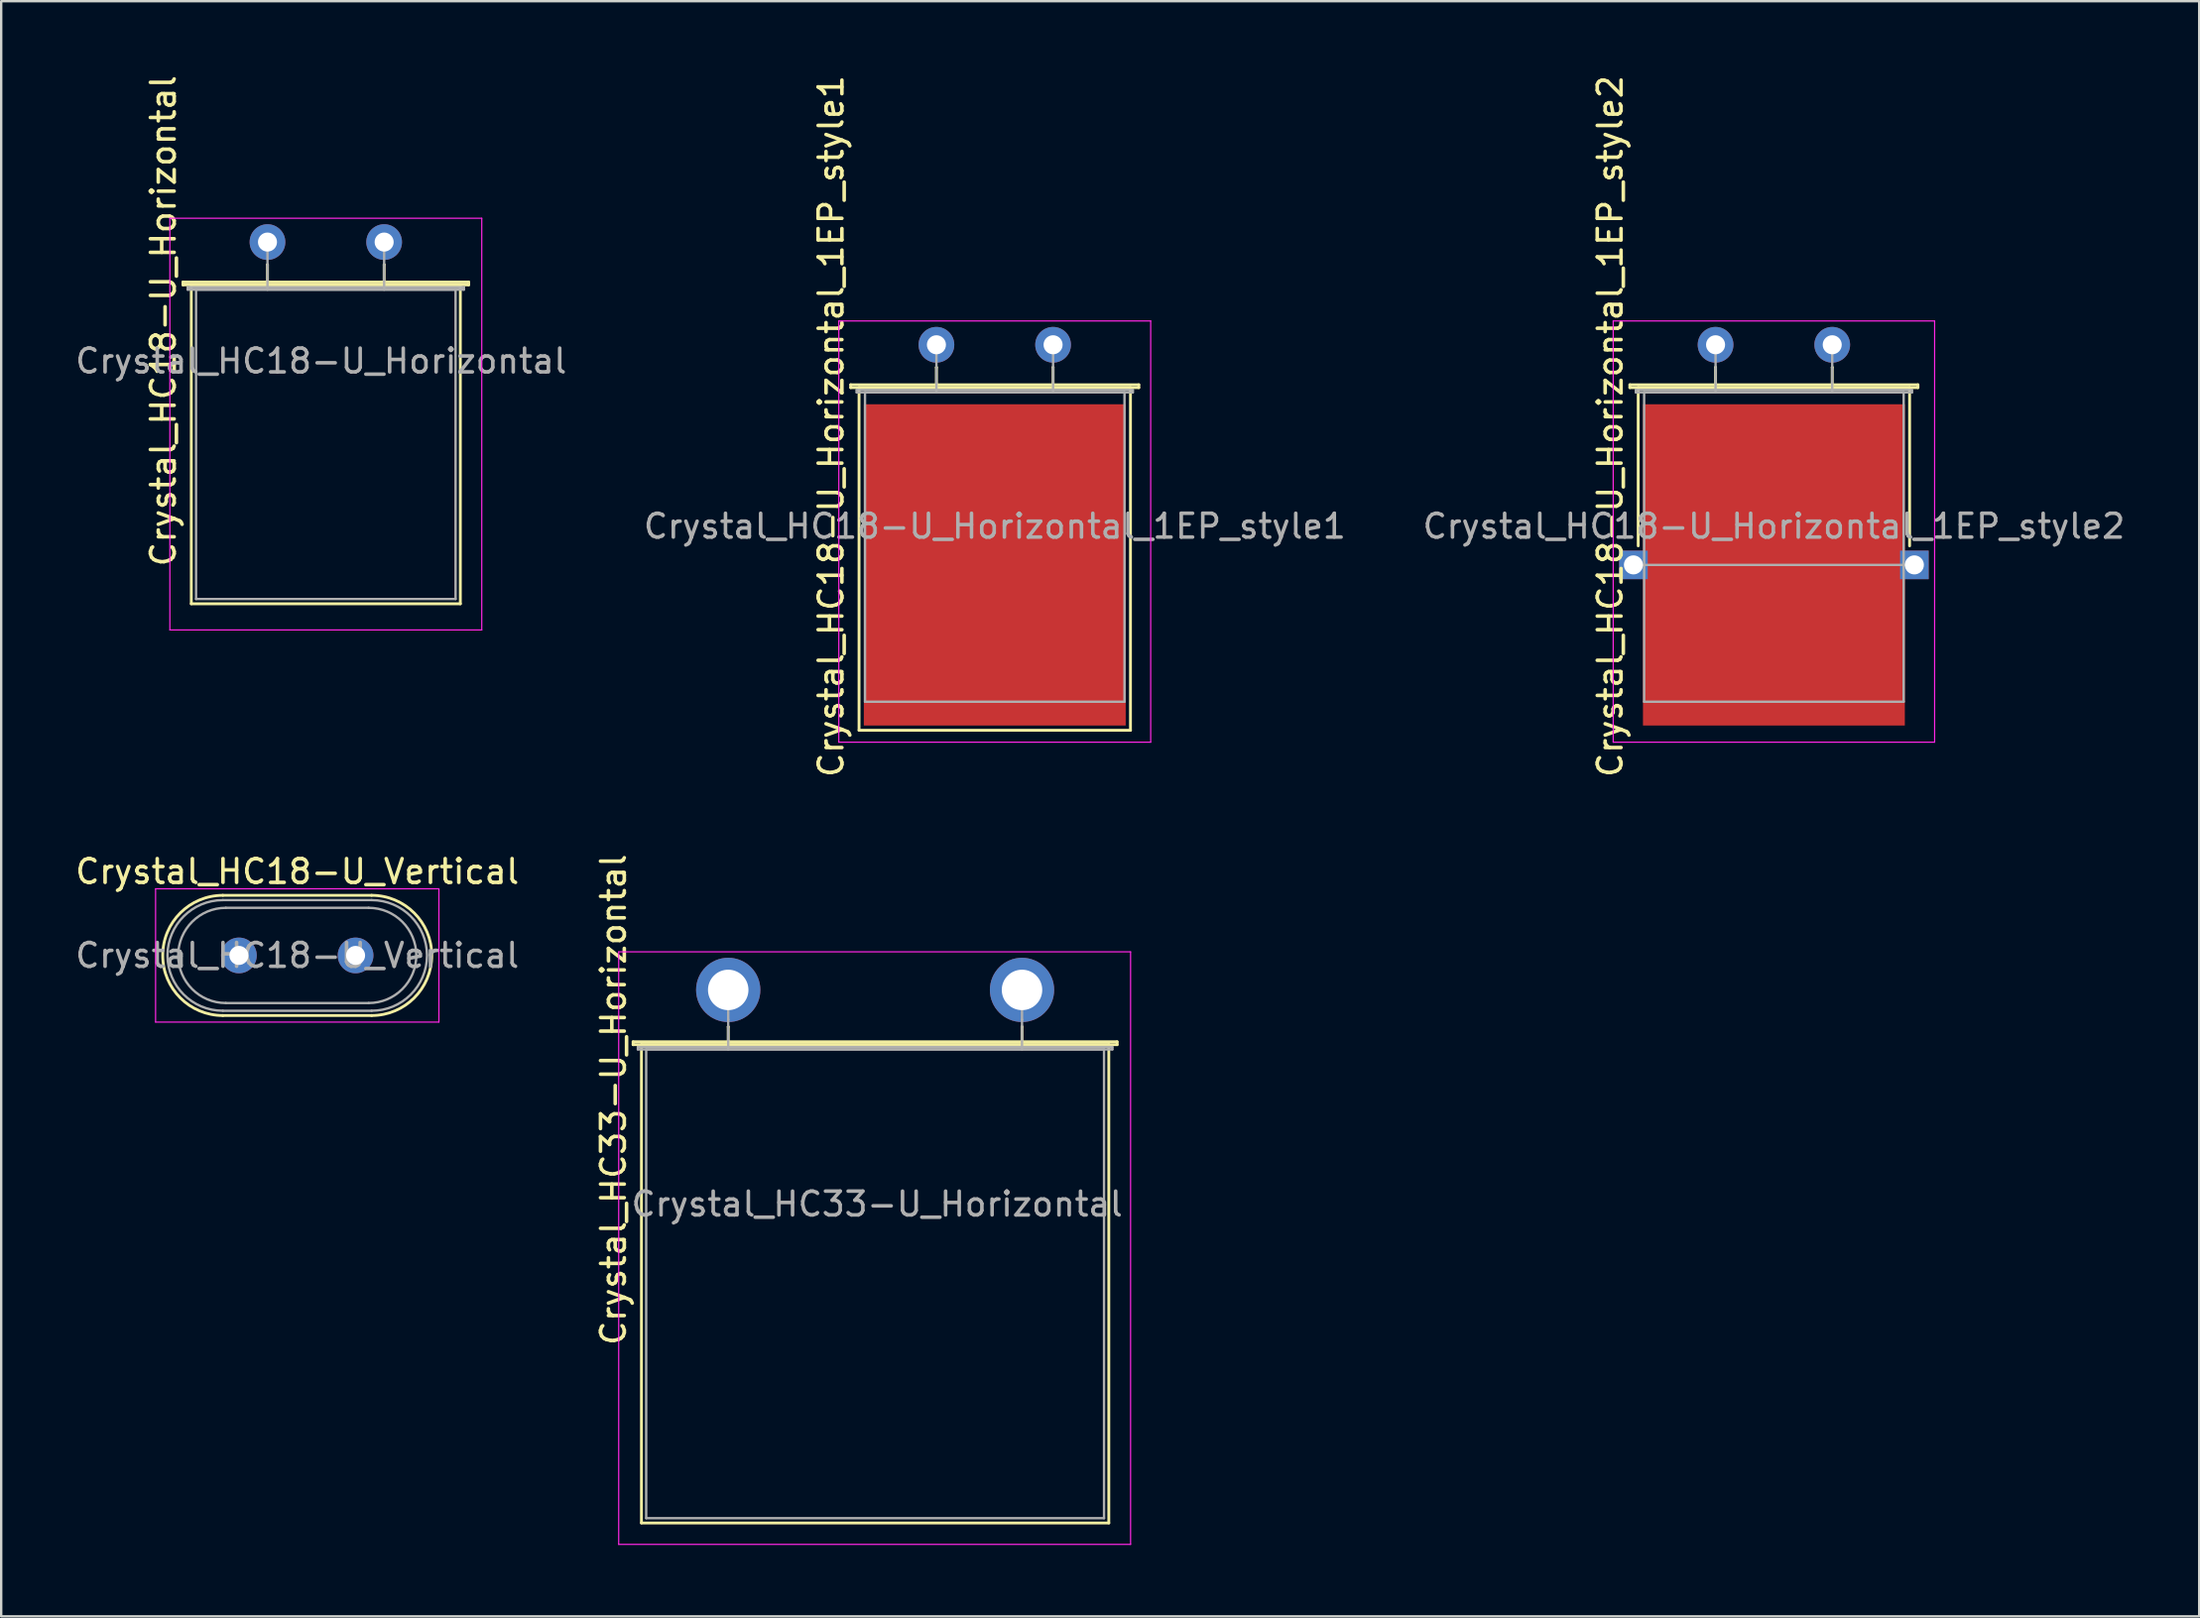
<source format=kicad_pcb>
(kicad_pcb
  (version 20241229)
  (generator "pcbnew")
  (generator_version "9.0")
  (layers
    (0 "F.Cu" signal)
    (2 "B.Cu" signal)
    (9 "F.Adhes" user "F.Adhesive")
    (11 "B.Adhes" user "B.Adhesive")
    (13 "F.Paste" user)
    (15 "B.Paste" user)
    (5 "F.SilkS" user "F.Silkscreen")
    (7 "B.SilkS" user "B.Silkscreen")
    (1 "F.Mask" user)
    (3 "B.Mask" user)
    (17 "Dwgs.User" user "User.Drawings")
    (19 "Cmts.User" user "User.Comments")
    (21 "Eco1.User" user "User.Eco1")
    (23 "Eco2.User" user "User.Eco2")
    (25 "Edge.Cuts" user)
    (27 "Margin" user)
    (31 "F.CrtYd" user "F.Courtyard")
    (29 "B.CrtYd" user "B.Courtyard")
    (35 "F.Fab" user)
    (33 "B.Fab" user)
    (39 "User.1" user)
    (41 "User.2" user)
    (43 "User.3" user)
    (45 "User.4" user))
  (footprint "Crystal_HC18-U_Horizontal_1EP_style1"
    (layer "F.Cu")
    (at 36.282 11.438)
    (property "Reference" "Crystal_HC18-U_Horizontal_1EP_style1" (at -4.425 3.425 90) (layer "F.SilkS") (effects (font (size 1 1) (thickness 0.15))))
    (attr through_hole)
    (fp_line (start -3.6 1.68) (end 8.5 1.68) (stroke (width 0.12) (type solid)) (layer "F.SilkS"))
    (fp_line (start -3.6 1.8) (end -3.6 1.68) (stroke (width 0.12) (type solid)) (layer "F.SilkS"))
    (fp_line (start -3.25 1.8) (end -3.25 16.2) (stroke (width 0.12) (type solid)) (layer "F.SilkS"))
    (fp_line (start -3.25 16.2) (end 8.15 16.2) (stroke (width 0.12) (type solid)) (layer "F.SilkS"))
    (fp_line (start 0 0.95) (end 0 0.95) (stroke (width 0.12) (type solid)) (layer "F.SilkS"))
    (fp_line (start 0 1.8) (end 0 0.95) (stroke (width 0.12) (type solid)) (layer "F.SilkS"))
    (fp_line (start 4.9 0.95) (end 4.9 0.95) (stroke (width 0.12) (type solid)) (layer "F.SilkS"))
    (fp_line (start 4.9 1.8) (end 4.9 0.95) (stroke (width 0.12) (type solid)) (layer "F.SilkS"))
    (fp_line (start 8.15 1.8) (end -3.25 1.8) (stroke (width 0.12) (type solid)) (layer "F.SilkS"))
    (fp_line (start 8.15 16.2) (end 8.15 1.8) (stroke (width 0.12) (type solid)) (layer "F.SilkS"))
    (fp_line (start 8.5 1.68) (end 8.5 1.8) (stroke (width 0.12) (type solid)) (layer "F.SilkS"))
    (fp_line (start 8.5 1.8) (end -3.6 1.8) (stroke (width 0.12) (type solid)) (layer "F.SilkS"))
    (fp_line (start -4.1 -1) (end -4.1 16.7) (stroke (width 0.05) (type solid)) (layer "F.CrtYd"))
    (fp_line (start -4.1 16.7) (end 9 16.7) (stroke (width 0.05) (type solid)) (layer "F.CrtYd"))
    (fp_line (start 9 -1) (end -4.1 -1) (stroke (width 0.05) (type solid)) (layer "F.CrtYd"))
    (fp_line (start 9 16.7) (end 9 -1) (stroke (width 0.05) (type solid)) (layer "F.CrtYd"))
    (fp_line (start -3.35 1.9) (end 8.25 1.9) (stroke (width 0.1) (type solid)) (layer "F.Fab"))
    (fp_line (start -3.35 2) (end -3.35 1.9) (stroke (width 0.1) (type solid)) (layer "F.Fab"))
    (fp_line (start -3 2) (end -3 15) (stroke (width 0.1) (type solid)) (layer "F.Fab"))
    (fp_line (start -3 15) (end 7.9 15) (stroke (width 0.1) (type solid)) (layer "F.Fab"))
    (fp_line (start 0 1) (end 0 0) (stroke (width 0.1) (type solid)) (layer "F.Fab"))
    (fp_line (start 0 2) (end 0 1) (stroke (width 0.1) (type solid)) (layer "F.Fab"))
    (fp_line (start 4.9 1) (end 4.9 0) (stroke (width 0.1) (type solid)) (layer "F.Fab"))
    (fp_line (start 4.9 2) (end 4.9 1) (stroke (width 0.1) (type solid)) (layer "F.Fab"))
    (fp_line (start 7.9 2) (end -3 2) (stroke (width 0.1) (type solid)) (layer "F.Fab"))
    (fp_line (start 7.9 15) (end 7.9 2) (stroke (width 0.1) (type solid)) (layer "F.Fab"))
    (fp_line (start 8.25 1.9) (end 8.25 2) (stroke (width 0.1) (type solid)) (layer "F.Fab"))
    (fp_line (start 8.25 2) (end -3.35 2) (stroke (width 0.1) (type solid)) (layer "F.Fab"))
    (fp_text user "${REFERENCE}" (at 2.45 7.625 0) (layer "F.Fab") (effects (font (size 1 1) (thickness 0.15))))
    (pad "1" thru_hole circle (at 0 0) (size 1.5 1.5) (drill 0.8) (layers "*.Cu" "*.Mask"))
    (pad "2" thru_hole circle (at 4.9 0) (size 1.5 1.5) (drill 0.8) (layers "*.Cu" "*.Mask"))
    (pad "3" smd rect (at 2.45 9.25) (size 11 13.5) (layers "F.Cu" "F.Mask" "F.Paste")))
  (footprint "Crystal_HC18-U_Horizontal"
    (layer "F.Cu")
    (at 8.185 7.122)
    (property "Reference" "Crystal_HC18-U_Horizontal" (at -4.375 3.312 90) (layer "F.SilkS") (effects (font (size 1 1) (thickness 0.15))))
    (attr through_hole)
    (fp_line (start -3.55 1.68) (end 8.45 1.68) (stroke (width 0.12) (type solid)) (layer "F.SilkS"))
    (fp_line (start -3.55 1.8) (end -3.55 1.68) (stroke (width 0.12) (type solid)) (layer "F.SilkS"))
    (fp_line (start -3.2 1.8) (end -3.2 15.2) (stroke (width 0.12) (type solid)) (layer "F.SilkS"))
    (fp_line (start -3.2 15.2) (end 8.1 15.2) (stroke (width 0.12) (type solid)) (layer "F.SilkS"))
    (fp_line (start 0 0.95) (end 0 0.95) (stroke (width 0.12) (type solid)) (layer "F.SilkS"))
    (fp_line (start 0 1.8) (end 0 0.95) (stroke (width 0.12) (type solid)) (layer "F.SilkS"))
    (fp_line (start 4.9 0.95) (end 4.9 0.95) (stroke (width 0.12) (type solid)) (layer "F.SilkS"))
    (fp_line (start 4.9 1.8) (end 4.9 0.95) (stroke (width 0.12) (type solid)) (layer "F.SilkS"))
    (fp_line (start 8.1 1.8) (end -3.2 1.8) (stroke (width 0.12) (type solid)) (layer "F.SilkS"))
    (fp_line (start 8.1 15.2) (end 8.1 1.8) (stroke (width 0.12) (type solid)) (layer "F.SilkS"))
    (fp_line (start 8.45 1.68) (end 8.45 1.8) (stroke (width 0.12) (type solid)) (layer "F.SilkS"))
    (fp_line (start 8.45 1.8) (end -3.55 1.8) (stroke (width 0.12) (type solid)) (layer "F.SilkS"))
    (fp_line (start -4.1 -1) (end -4.1 16.3) (stroke (width 0.05) (type solid)) (layer "F.CrtYd"))
    (fp_line (start -4.1 16.3) (end 9 16.3) (stroke (width 0.05) (type solid)) (layer "F.CrtYd"))
    (fp_line (start 9 -1) (end -4.1 -1) (stroke (width 0.05) (type solid)) (layer "F.CrtYd"))
    (fp_line (start 9 16.3) (end 9 -1) (stroke (width 0.05) (type solid)) (layer "F.CrtYd"))
    (fp_line (start -3.35 1.9) (end 8.25 1.9) (stroke (width 0.1) (type solid)) (layer "F.Fab"))
    (fp_line (start -3.35 2) (end -3.35 1.9) (stroke (width 0.1) (type solid)) (layer "F.Fab"))
    (fp_line (start -3 2) (end -3 15) (stroke (width 0.1) (type solid)) (layer "F.Fab"))
    (fp_line (start -3 15) (end 7.9 15) (stroke (width 0.1) (type solid)) (layer "F.Fab"))
    (fp_line (start 0 1) (end 0 0) (stroke (width 0.1) (type solid)) (layer "F.Fab"))
    (fp_line (start 0 2) (end 0 1) (stroke (width 0.1) (type solid)) (layer "F.Fab"))
    (fp_line (start 4.9 1) (end 4.9 0) (stroke (width 0.1) (type solid)) (layer "F.Fab"))
    (fp_line (start 4.9 2) (end 4.9 1) (stroke (width 0.1) (type solid)) (layer "F.Fab"))
    (fp_line (start 7.9 2) (end -3 2) (stroke (width 0.1) (type solid)) (layer "F.Fab"))
    (fp_line (start 7.9 15) (end 7.9 2) (stroke (width 0.1) (type solid)) (layer "F.Fab"))
    (fp_line (start 8.25 1.9) (end 8.25 2) (stroke (width 0.1) (type solid)) (layer "F.Fab"))
    (fp_line (start 8.25 2) (end -3.35 2) (stroke (width 0.1) (type solid)) (layer "F.Fab"))
    (fp_text user "${REFERENCE}" (at 2.25 5 0) (layer "F.Fab") (effects (font (size 1 1) (thickness 0.15))))
    (pad "1" thru_hole circle (at 0 0) (size 1.5 1.5) (drill 0.8) (layers "*.Cu" "*.Mask"))
    (pad "2" thru_hole circle (at 4.9 0) (size 1.5 1.5) (drill 0.8) (layers "*.Cu" "*.Mask")))
  (footprint "Crystal_HC18-U_Vertical"
    (layer "F.Cu")
    (at 6.985 37.099)
    (property "Reference" "Crystal_HC18-U_Vertical" (at 2.45 -3.525 0) (layer "F.SilkS") (effects (font (size 1 1) (thickness 0.15))))
    (attr through_hole)
    (fp_line (start -0.675 -2.525) (end 5.575 -2.525) (stroke (width 0.12) (type solid)) (layer "F.SilkS"))
    (fp_line (start -0.675 2.525) (end 5.575 2.525) (stroke (width 0.12) (type solid)) (layer "F.SilkS"))
    (fp_arc (start -0.675 2.525) (mid -3.2 0) (end -0.675 -2.525) (stroke (width 0.12) (type solid)) (layer "F.SilkS"))
    (fp_arc (start 5.575 -2.525) (mid 8.1 0) (end 5.575 2.525) (stroke (width 0.12) (type solid)) (layer "F.SilkS"))
    (fp_line (start -3.5 -2.8) (end -3.5 2.8) (stroke (width 0.05) (type solid)) (layer "F.CrtYd"))
    (fp_line (start -3.5 2.8) (end 8.4 2.8) (stroke (width 0.05) (type solid)) (layer "F.CrtYd"))
    (fp_line (start 8.4 -2.8) (end -3.5 -2.8) (stroke (width 0.05) (type solid)) (layer "F.CrtYd"))
    (fp_line (start 8.4 2.8) (end 8.4 -2.8) (stroke (width 0.05) (type solid)) (layer "F.CrtYd"))
    (fp_line (start -0.675 -2.325) (end 5.575 -2.325) (stroke (width 0.1) (type solid)) (layer "F.Fab"))
    (fp_line (start -0.675 2.325) (end 5.575 2.325) (stroke (width 0.1) (type solid)) (layer "F.Fab"))
    (fp_line (start -0.55 -2) (end 5.45 -2) (stroke (width 0.1) (type solid)) (layer "F.Fab"))
    (fp_line (start -0.55 2) (end 5.45 2) (stroke (width 0.1) (type solid)) (layer "F.Fab"))
    (fp_arc (start -0.675 2.325) (mid -3 0) (end -0.675 -2.325) (stroke (width 0.1) (type solid)) (layer "F.Fab"))
    (fp_arc (start -0.55 2) (mid -2.55 0) (end -0.55 -2) (stroke (width 0.1) (type solid)) (layer "F.Fab"))
    (fp_arc (start 5.45 -2) (mid 7.45 0) (end 5.45 2) (stroke (width 0.1) (type solid)) (layer "F.Fab"))
    (fp_arc (start 5.575 -2.325) (mid 7.9 0) (end 5.575 2.325) (stroke (width 0.1) (type solid)) (layer "F.Fab"))
    (fp_text user "${REFERENCE}" (at 2.45 0 0) (layer "F.Fab") (effects (font (size 1 1) (thickness 0.15))))
    (pad "1" thru_hole circle (at 0 0) (size 1.5 1.5) (drill 0.8) (layers "*.Cu" "*.Mask"))
    (pad "2" thru_hole circle (at 4.9 0) (size 1.5 1.5) (drill 0.8) (layers "*.Cu" "*.Mask")))
  (footprint "Crystal_HC18-U_Horizontal_1EP_style2"
    (layer "F.Cu")
    (at 69.008 11.438)
    (property "Reference" "Crystal_HC18-U_Horizontal_1EP_style2" (at -4.425 3.425 90) (layer "F.SilkS") (effects (font (size 1 1) (thickness 0.15))))
    (attr through_hole)
    (fp_line (start -3.6 1.68) (end 8.5 1.68) (stroke (width 0.12) (type solid)) (layer "F.SilkS"))
    (fp_line (start -3.6 1.8) (end -3.6 1.68) (stroke (width 0.12) (type solid)) (layer "F.SilkS"))
    (fp_line (start -3.25 1.8) (end 8.15 1.8) (stroke (width 0.12) (type solid)) (layer "F.SilkS"))
    (fp_line (start -3.25 8.45) (end -3.25 1.8) (stroke (width 0.12) (type solid)) (layer "F.SilkS"))
    (fp_line (start 0 0.95) (end 0 0.95) (stroke (width 0.12) (type solid)) (layer "F.SilkS"))
    (fp_line (start 0 1.8) (end 0 0.95) (stroke (width 0.12) (type solid)) (layer "F.SilkS"))
    (fp_line (start 4.9 0.95) (end 4.9 0.95) (stroke (width 0.12) (type solid)) (layer "F.SilkS"))
    (fp_line (start 4.9 1.8) (end 4.9 0.95) (stroke (width 0.12) (type solid)) (layer "F.SilkS"))
    (fp_line (start 8.15 1.8) (end 8.15 8.45) (stroke (width 0.12) (type solid)) (layer "F.SilkS"))
    (fp_line (start 8.5 1.68) (end 8.5 1.8) (stroke (width 0.12) (type solid)) (layer "F.SilkS"))
    (fp_line (start 8.5 1.8) (end -3.6 1.8) (stroke (width 0.12) (type solid)) (layer "F.SilkS"))
    (fp_line (start -4.3 -1) (end -4.3 16.7) (stroke (width 0.05) (type solid)) (layer "F.CrtYd"))
    (fp_line (start -4.3 16.7) (end 9.2 16.7) (stroke (width 0.05) (type solid)) (layer "F.CrtYd"))
    (fp_line (start 9.2 -1) (end -4.3 -1) (stroke (width 0.05) (type solid)) (layer "F.CrtYd"))
    (fp_line (start 9.2 16.7) (end 9.2 -1) (stroke (width 0.05) (type solid)) (layer "F.CrtYd"))
    (fp_line (start -3.45 9.25) (end 8.35 9.25) (stroke (width 0.1) (type solid)) (layer "F.Fab"))
    (fp_line (start -3.35 1.9) (end 8.25 1.9) (stroke (width 0.1) (type solid)) (layer "F.Fab"))
    (fp_line (start -3.35 2) (end -3.35 1.9) (stroke (width 0.1) (type solid)) (layer "F.Fab"))
    (fp_line (start -3 2) (end -3 15) (stroke (width 0.1) (type solid)) (layer "F.Fab"))
    (fp_line (start -3 15) (end 7.9 15) (stroke (width 0.1) (type solid)) (layer "F.Fab"))
    (fp_line (start 0 1) (end 0 0) (stroke (width 0.1) (type solid)) (layer "F.Fab"))
    (fp_line (start 0 2) (end 0 1) (stroke (width 0.1) (type solid)) (layer "F.Fab"))
    (fp_line (start 4.9 1) (end 4.9 0) (stroke (width 0.1) (type solid)) (layer "F.Fab"))
    (fp_line (start 4.9 2) (end 4.9 1) (stroke (width 0.1) (type solid)) (layer "F.Fab"))
    (fp_line (start 7.9 2) (end -3 2) (stroke (width 0.1) (type solid)) (layer "F.Fab"))
    (fp_line (start 7.9 15) (end 7.9 2) (stroke (width 0.1) (type solid)) (layer "F.Fab"))
    (fp_line (start 8.25 1.9) (end 8.25 2) (stroke (width 0.1) (type solid)) (layer "F.Fab"))
    (fp_line (start 8.25 2) (end -3.35 2) (stroke (width 0.1) (type solid)) (layer "F.Fab"))
    (fp_text user "${REFERENCE}" (at 2.45 7.625 0) (layer "F.Fab") (effects (font (size 1 1) (thickness 0.15))))
    (pad "1" thru_hole circle (at 0 0) (size 1.5 1.5) (drill 0.8) (layers "*.Cu" "*.Mask"))
    (pad "2" thru_hole circle (at 4.9 0) (size 1.5 1.5) (drill 0.8) (layers "*.Cu" "*.Mask"))
    (pad "3" thru_hole rect (at -3.45 9.25) (size 1.2 1.2) (drill 0.8) (layers "*.Cu" "*.Mask"))
    (pad "3" smd rect (at 2.45 9.25) (size 11 13.5) (layers "F.Cu" "F.Mask" "F.Paste"))
    (pad "3" thru_hole rect (at 8.35 9.25) (size 1.2 1.2) (drill 0.8) (layers "*.Cu" "*.Mask")))
  (footprint "Crystal_HC33-U_Horizontal"
    (layer "F.Cu")
    (at 27.537 38.548)
    (property "Reference" "Crystal_HC33-U_Horizontal" (at -4.82 4.612 90) (layer "F.SilkS") (effects (font (size 1 1) (thickness 0.15))))
    (attr through_hole)
    (fp_line (start -3.995 2.18) (end 16.335 2.18) (stroke (width 0.12) (type solid)) (layer "F.SilkS"))
    (fp_line (start -3.995 2.3) (end -3.995 2.18) (stroke (width 0.12) (type solid)) (layer "F.SilkS"))
    (fp_line (start -3.645 2.3) (end -3.645 22.4) (stroke (width 0.12) (type solid)) (layer "F.SilkS"))
    (fp_line (start -3.645 22.4) (end 15.985 22.4) (stroke (width 0.12) (type solid)) (layer "F.SilkS"))
    (fp_line (start 0 1.55) (end 0 1.55) (stroke (width 0.12) (type solid)) (layer "F.SilkS"))
    (fp_line (start 0 2.3) (end 0 1.55) (stroke (width 0.12) (type solid)) (layer "F.SilkS"))
    (fp_line (start 12.34 1.55) (end 12.34 1.55) (stroke (width 0.12) (type solid)) (layer "F.SilkS"))
    (fp_line (start 12.34 2.3) (end 12.34 1.55) (stroke (width 0.12) (type solid)) (layer "F.SilkS"))
    (fp_line (start 15.985 2.3) (end -3.645 2.3) (stroke (width 0.12) (type solid)) (layer "F.SilkS"))
    (fp_line (start 15.985 22.4) (end 15.985 2.3) (stroke (width 0.12) (type solid)) (layer "F.SilkS"))
    (fp_line (start 16.335 2.18) (end 16.335 2.3) (stroke (width 0.12) (type solid)) (layer "F.SilkS"))
    (fp_line (start 16.335 2.3) (end -3.995 2.3) (stroke (width 0.12) (type solid)) (layer "F.SilkS"))
    (fp_line (start -4.6 -1.6) (end -4.6 23.3) (stroke (width 0.05) (type solid)) (layer "F.CrtYd"))
    (fp_line (start -4.6 23.3) (end 16.9 23.3) (stroke (width 0.05) (type solid)) (layer "F.CrtYd"))
    (fp_line (start 16.9 -1.6) (end -4.6 -1.6) (stroke (width 0.05) (type solid)) (layer "F.CrtYd"))
    (fp_line (start 16.9 23.3) (end 16.9 -1.6) (stroke (width 0.05) (type solid)) (layer "F.CrtYd"))
    (fp_line (start -3.795 2.4) (end 16.135 2.4) (stroke (width 0.1) (type solid)) (layer "F.Fab"))
    (fp_line (start -3.795 2.5) (end -3.795 2.4) (stroke (width 0.1) (type solid)) (layer "F.Fab"))
    (fp_line (start -3.445 2.5) (end -3.445 22.2) (stroke (width 0.1) (type solid)) (layer "F.Fab"))
    (fp_line (start -3.445 22.2) (end 15.785 22.2) (stroke (width 0.1) (type solid)) (layer "F.Fab"))
    (fp_line (start 0 1.25) (end 0 0) (stroke (width 0.1) (type solid)) (layer "F.Fab"))
    (fp_line (start 0 2.5) (end 0 1.25) (stroke (width 0.1) (type solid)) (layer "F.Fab"))
    (fp_line (start 12.34 1.25) (end 12.34 0) (stroke (width 0.1) (type solid)) (layer "F.Fab"))
    (fp_line (start 12.34 2.5) (end 12.34 1.25) (stroke (width 0.1) (type solid)) (layer "F.Fab"))
    (fp_line (start 15.785 2.5) (end -3.445 2.5) (stroke (width 0.1) (type solid)) (layer "F.Fab"))
    (fp_line (start 15.785 22.2) (end 15.785 2.5) (stroke (width 0.1) (type solid)) (layer "F.Fab"))
    (fp_line (start 16.135 2.4) (end 16.135 2.5) (stroke (width 0.1) (type solid)) (layer "F.Fab"))
    (fp_line (start 16.135 2.5) (end -3.795 2.5) (stroke (width 0.1) (type solid)) (layer "F.Fab"))
    (fp_text user "${REFERENCE}" (at 6.25 9 0) (layer "F.Fab") (effects (font (size 1 1) (thickness 0.15))))
    (pad "1" thru_hole circle (at 0 0) (size 2.7 2.7) (drill 1.7) (layers "*.Cu" "*.Mask"))
    (pad "2" thru_hole circle (at 12.34 0) (size 2.7 2.7) (drill 1.7) (layers "*.Cu" "*.Mask")))
  (gr_rect
    (start -3 -3)
    (end 89.321 64.873)
    (stroke (width 0.1) (type default))
    (fill no)
    (layer "Edge.Cuts")))
</source>
